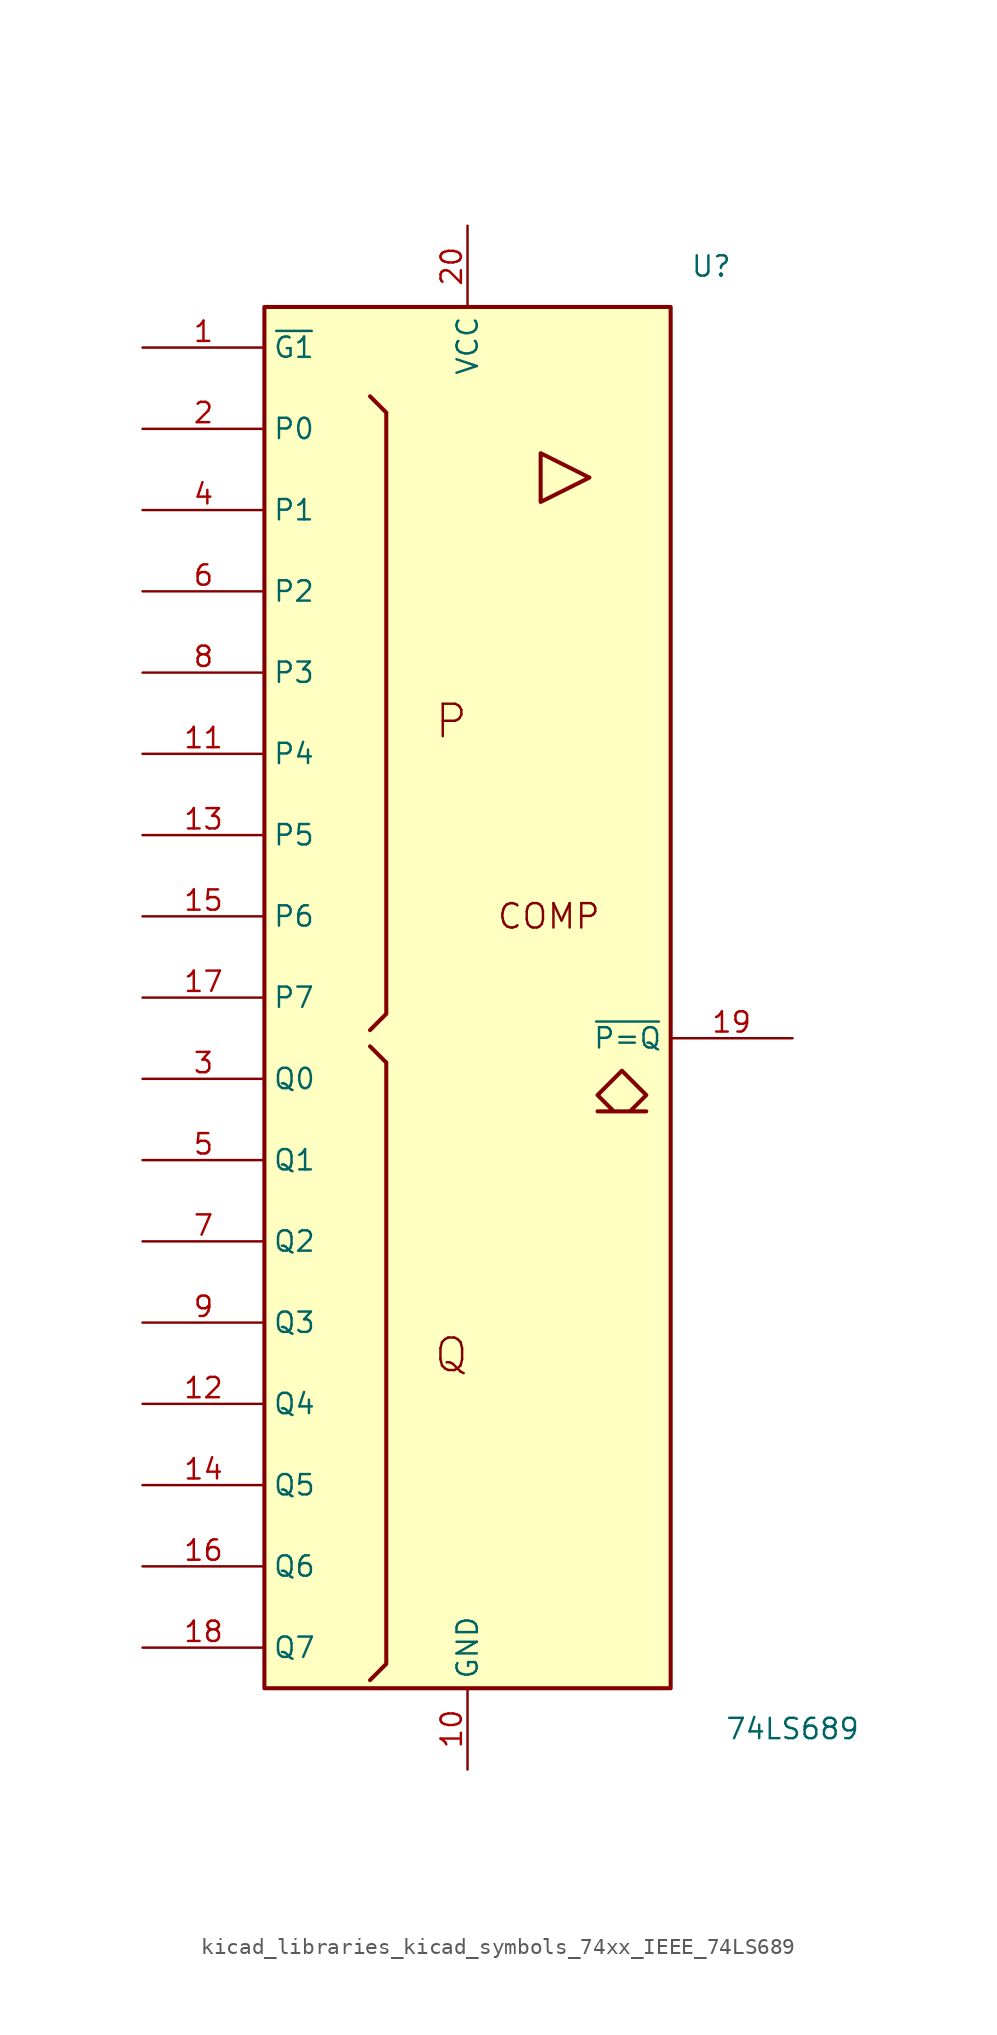
<source format=kicad_sym>
(kicad_symbol_lib
  (version 20220914)
  (generator kicad_symbol_editor)
  (symbol "kicad_libraries_kicad_symbols_74xx_IEEE_74LS689"
    (property "Reference" "U"
      (at 15.24 45.72 0)
      (effects (font (size 1.27 1.27))))
    (property "Value" "74LS689"
      (at 20.32 -45.72 0)
      (effects (font (size 1.27 1.27))))
    (symbol "kicad_libraries_kicad_symbols_74xx_IEEE_74LS689_0_0"
      (polyline (pts (xy 4.572 34.036) (xy 4.572 30.988) (xy 7.62 32.512) (xy 4.572 34.036) (xy 4.572 34.036)) (stroke (width 0.254) (type default)) (fill (type background)))
      (polyline (pts (xy 9.652 -4.572) (xy 11.176 -6.096) (xy 10.16 -7.112) (xy 11.176 -7.112) (xy 8.128 -7.112) (xy 9.144 -7.112) (xy 8.128 -6.096) (xy 9.652 -4.572) (xy 9.652 -4.572)) (stroke (width 0.254) (type default)) (fill (type background)))
      (text "COMP" (at 5.08 5.08 0) (effects (font (size 1.524 1.524))))
      (text "P" (at -1.016 17.272 0) (effects (font (size 2.032 2.032))))
      (text "Q" (at -1.016 -22.352 0) (effects (font (size 2.032 2.032)))))
    (symbol "kicad_libraries_kicad_symbols_74xx_IEEE_74LS689_0_1"
      (rectangle (start -12.7 43.18) (end 12.7 -43.18) (stroke (width 0.254) (type default)) (fill (type background)))
      (polyline (pts (xy -6.096 -3.048) (xy -5.08 -4.064) (xy -5.08 -41.656) (xy -6.096 -42.672) (xy -6.096 -42.672)) (stroke (width 0.254) (type default)) (fill (type background)))
      (polyline (pts (xy -6.096 37.592) (xy -5.08 36.576) (xy -5.08 -1.016) (xy -6.096 -2.032) (xy -6.096 -2.032)) (stroke (width 0.254) (type default)) (fill (type background))))
    (symbol "kicad_libraries_kicad_symbols_74xx_IEEE_74LS689_1_1"
      (pin output line (at -20.32 40.64 0) (length 7.62) (name "~{G1}" (effects (font (size 1.27 1.27)))) (number "1" (effects (font (size 1.27 1.27)))))
      (pin power_in line (at 0 -48.26 90) (length 5.08) (name "GND" (effects (font (size 1.27 1.27)))) (number "10" (effects (font (size 1.27 1.27)))))
      (pin input line (at -20.32 15.24 0) (length 7.62) (name "P4" (effects (font (size 1.27 1.27)))) (number "11" (effects (font (size 1.27 1.27)))))
      (pin input line (at -20.32 -25.4 0) (length 7.62) (name "Q4" (effects (font (size 1.27 1.27)))) (number "12" (effects (font (size 1.27 1.27)))))
      (pin input line (at -20.32 10.16 0) (length 7.62) (name "P5" (effects (font (size 1.27 1.27)))) (number "13" (effects (font (size 1.27 1.27)))))
      (pin input line (at -20.32 -30.48 0) (length 7.62) (name "Q5" (effects (font (size 1.27 1.27)))) (number "14" (effects (font (size 1.27 1.27)))))
      (pin input line (at -20.32 5.08 0) (length 7.62) (name "P6" (effects (font (size 1.27 1.27)))) (number "15" (effects (font (size 1.27 1.27)))))
      (pin input line (at -20.32 -35.56 0) (length 7.62) (name "Q6" (effects (font (size 1.27 1.27)))) (number "16" (effects (font (size 1.27 1.27)))))
      (pin input line (at -20.32 0 0) (length 7.62) (name "P7" (effects (font (size 1.27 1.27)))) (number "17" (effects (font (size 1.27 1.27)))))
      (pin input line (at -20.32 -40.64 0) (length 7.62) (name "Q7" (effects (font (size 1.27 1.27)))) (number "18" (effects (font (size 1.27 1.27)))))
      (pin output line (at 20.32 -2.54 180) (length 7.62) (name "~{P=Q}" (effects (font (size 1.27 1.27)))) (number "19" (effects (font (size 1.27 1.27)))))
      (pin input line (at -20.32 35.56 0) (length 7.62) (name "P0" (effects (font (size 1.27 1.27)))) (number "2" (effects (font (size 1.27 1.27)))))
      (pin power_in line (at 0 48.26 270) (length 5.08) (name "VCC" (effects (font (size 1.27 1.27)))) (number "20" (effects (font (size 1.27 1.27)))))
      (pin input line (at -20.32 -5.08 0) (length 7.62) (name "Q0" (effects (font (size 1.27 1.27)))) (number "3" (effects (font (size 1.27 1.27)))))
      (pin input line (at -20.32 30.48 0) (length 7.62) (name "P1" (effects (font (size 1.27 1.27)))) (number "4" (effects (font (size 1.27 1.27)))))
      (pin input line (at -20.32 -10.16 0) (length 7.62) (name "Q1" (effects (font (size 1.27 1.27)))) (number "5" (effects (font (size 1.27 1.27)))))
      (pin input line (at -20.32 25.4 0) (length 7.62) (name "P2" (effects (font (size 1.27 1.27)))) (number "6" (effects (font (size 1.27 1.27)))))
      (pin input line (at -20.32 -15.24 0) (length 7.62) (name "Q2" (effects (font (size 1.27 1.27)))) (number "7" (effects (font (size 1.27 1.27)))))
      (pin input line (at -20.32 20.32 0) (length 7.62) (name "P3" (effects (font (size 1.27 1.27)))) (number "8" (effects (font (size 1.27 1.27)))))
      (pin input line (at -20.32 -20.32 0) (length 7.62) (name "Q3" (effects (font (size 1.27 1.27)))) (number "9" (effects (font (size 1.27 1.27))))))))
</source>
